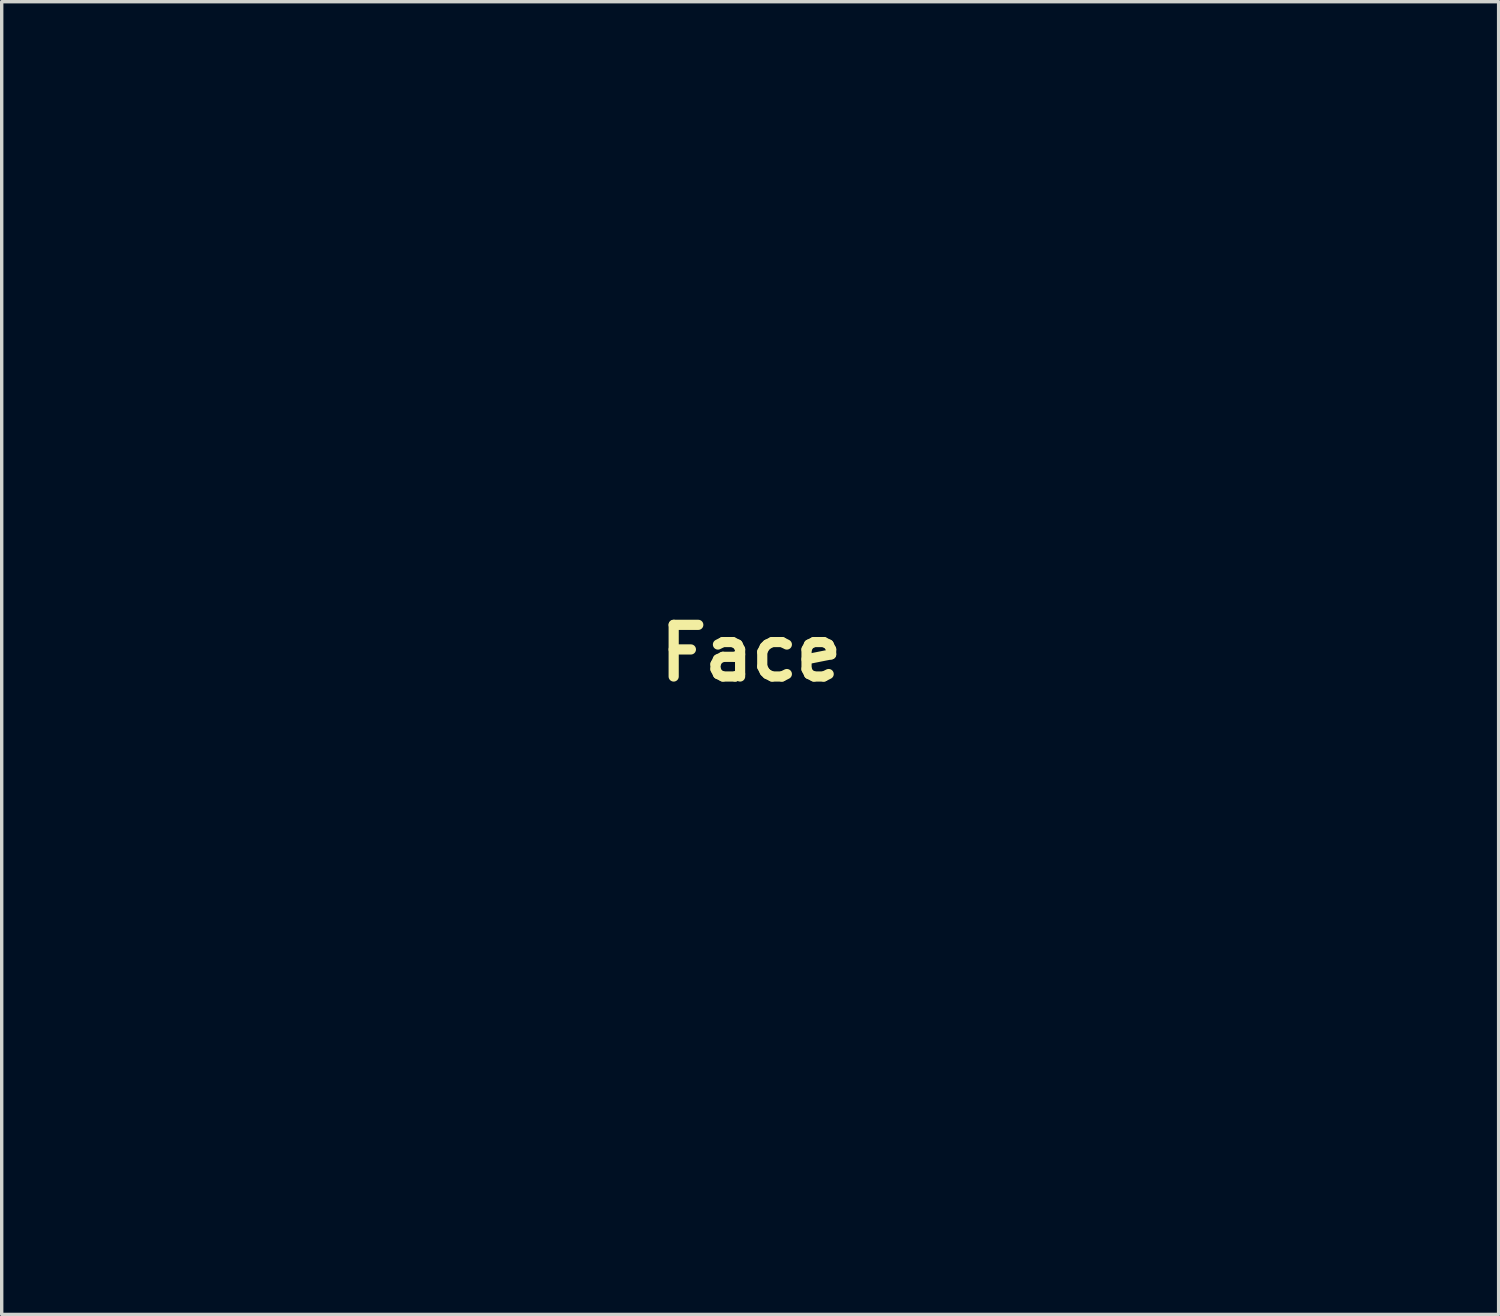
<source format=kicad_pcb>
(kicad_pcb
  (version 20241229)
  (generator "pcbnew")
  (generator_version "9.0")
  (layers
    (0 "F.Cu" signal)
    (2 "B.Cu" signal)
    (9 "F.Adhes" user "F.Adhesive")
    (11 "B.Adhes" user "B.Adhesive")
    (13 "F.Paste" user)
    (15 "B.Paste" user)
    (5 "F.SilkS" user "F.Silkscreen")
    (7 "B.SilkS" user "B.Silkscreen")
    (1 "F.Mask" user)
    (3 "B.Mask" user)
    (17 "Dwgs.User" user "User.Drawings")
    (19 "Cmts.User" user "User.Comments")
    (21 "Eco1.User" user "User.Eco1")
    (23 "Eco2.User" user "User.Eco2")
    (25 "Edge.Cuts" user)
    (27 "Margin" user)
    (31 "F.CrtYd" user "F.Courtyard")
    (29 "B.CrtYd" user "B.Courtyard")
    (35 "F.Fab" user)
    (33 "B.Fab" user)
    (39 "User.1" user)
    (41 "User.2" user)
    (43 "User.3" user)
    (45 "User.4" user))
  (footprint "Face"
    (layer "F.Cu")
    (at 19.108 16.216)
    (property "Reference" "Face" (at 0 0 0) (layer "F.SilkS") (effects (font (size 1.524 1.524) (thickness 0.3))))
    (attr board_only exclude_from_pos_files exclude_from_bom)
    (fp_poly (pts (xy 0.81 6.296) (xy 1.62 6.296) (xy 2.398 6.297) (xy 3.127 6.298) (xy 3.758 6.3) (xy 7.556 6.31) (xy 0.786 8.495) (xy -0.081 8.49) (xy -0.947 8.485) (xy -4.285 7.398) (xy -7.623 6.31) (xy -3.832 6.3) (xy -3.165 6.298) (xy -2.434 6.297) (xy -1.655 6.296) (xy -0.844 6.296) (xy -0.017 6.296)) (stroke (width 0) (type solid)) (fill yes) (layer "F.Mask"))
    (fp_poly (pts (xy 1.475 12.83) (xy 2.56 13.641) (xy 2.137 13.667) (xy 1.992 13.673) (xy 1.789 13.678) (xy 1.536 13.683) (xy 1.242 13.687) (xy 0.913 13.691) (xy 0.561 13.693) (xy 0.191 13.695) (xy -0.186 13.696) (xy -0.563 13.696) (xy -0.931 13.696) (xy -1.282 13.694) (xy -1.607 13.692) (xy -1.897 13.689) (xy -2.146 13.686) (xy -2.343 13.682) (xy -2.481 13.676) (xy -2.551 13.671) (xy -2.558 13.667) (xy -2.513 13.631) (xy -2.414 13.555) (xy -2.271 13.445) (xy -2.092 13.309) (xy -1.89 13.155) (xy -1.672 12.99) (xy -1.449 12.822) (xy -1.232 12.658) (xy -1.029 12.505) (xy -0.851 12.372) (xy -0.762 12.306) (xy -0.376 12.019) (xy 0.39 12.019)) (stroke (width 0) (type solid)) (fill yes) (layer "F.Mask"))
    (fp_poly (pts (xy -14.298 2.003) (xy -14.272 2.107) (xy -14.256 2.232) (xy -14.238 2.412) (xy -14.219 2.596) (xy -14.206 2.711) (xy -14.183 2.918) (xy -15.327 3.865) (xy -15.589 4.082) (xy -15.835 4.284) (xy -16.056 4.465) (xy -16.245 4.618) (xy -16.394 4.738) (xy -16.497 4.819) (xy -16.545 4.854) (xy -16.545 4.854) (xy -16.568 4.851) (xy -16.54 4.791) (xy -16.465 4.68) (xy -16.359 4.536) (xy -16.217 4.346) (xy -16.048 4.122) (xy -15.859 3.873) (xy -15.658 3.61) (xy -15.453 3.344) (xy -15.252 3.083) (xy -15.063 2.84) (xy -14.894 2.624) (xy -14.754 2.446) (xy -14.649 2.315) (xy -14.608 2.267) (xy -14.499 2.142) (xy -14.406 2.043) (xy -14.343 1.984) (xy -14.328 1.974)) (stroke (width 0) (type solid)) (fill yes) (layer "F.Mask"))
    (fp_poly (pts (xy 14.353 1.986) (xy 14.424 2.045) (xy 14.474 2.093) (xy 14.526 2.153) (xy 14.617 2.265) (xy 14.74 2.421) (xy 14.891 2.613) (xy 15.062 2.835) (xy 15.247 3.077) (xy 15.442 3.332) (xy 15.639 3.591) (xy 15.834 3.848) (xy 16.019 4.095) (xy 16.189 4.322) (xy 16.338 4.523) (xy 16.46 4.689) (xy 16.549 4.813) (xy 16.598 4.887) (xy 16.607 4.905) (xy 16.569 4.893) (xy 16.497 4.842) (xy 16.488 4.834) (xy 16.433 4.789) (xy 16.325 4.698) (xy 16.171 4.569) (xy 15.978 4.408) (xy 15.755 4.221) (xy 15.51 4.015) (xy 15.284 3.826) (xy 14.183 2.905) (xy 14.21 2.489) (xy 14.227 2.258) (xy 14.245 2.099) (xy 14.269 2.006) (xy 14.303 1.97)) (stroke (width 0) (type solid)) (fill yes) (layer "F.Mask"))
    (fp_poly (pts (xy 4.449 15.193) (xy 4.79 15.48) (xy 5.073 15.72) (xy 5.304 15.917) (xy 5.488 16.076) (xy 5.628 16.2) (xy 5.73 16.294) (xy 5.799 16.363) (xy 5.838 16.41) (xy 5.853 16.441) (xy 5.849 16.459) (xy 5.829 16.469) (xy 5.82 16.471) (xy 5.767 16.474) (xy 5.638 16.477) (xy 5.437 16.48) (xy 5.17 16.483) (xy 4.84 16.486) (xy 4.453 16.488) (xy 4.012 16.491) (xy 3.524 16.493) (xy 2.991 16.495) (xy 2.419 16.497) (xy 1.813 16.498) (xy 1.176 16.5) (xy 0.514 16.501) (xy -0.14 16.501) (xy -5.985 16.506) (xy -5.885 16.412) (xy -5.834 16.367) (xy -5.728 16.276) (xy -5.574 16.145) (xy -5.378 15.98) (xy -5.148 15.786) (xy -4.889 15.57) (xy -4.609 15.335) (xy -4.395 15.156) (xy -3.004 13.994) (xy -0.02 13.967) (xy 2.963 13.94)) (stroke (width 0) (type solid)) (fill yes) (layer "F.Mask"))
    (fp_poly (pts (xy 0.766 9.147) (xy 0.76 9.368) (xy 0.743 9.603) (xy 0.719 9.813) (xy 0.709 9.876) (xy 0.685 10.003) (xy 0.65 10.178) (xy 0.607 10.387) (xy 0.558 10.618) (xy 0.508 10.856) (xy 0.458 11.089) (xy 0.411 11.303) (xy 0.37 11.486) (xy 0.338 11.625) (xy 0.318 11.705) (xy 0.312 11.721) (xy 0.255 11.737) (xy 0.148 11.749) (xy 0.019 11.754) (xy -0.102 11.751) (xy -0.161 11.744) (xy -0.302 11.718) (xy -0.492 10.857) (xy -0.551 10.585) (xy -0.606 10.321) (xy -0.653 10.081) (xy -0.689 9.882) (xy -0.711 9.74) (xy -0.714 9.716) (xy -0.727 9.542) (xy -0.729 9.352) (xy -0.723 9.165) (xy -0.709 9.001) (xy -0.688 8.879) (xy -0.663 8.818) (xy -0.612 8.806) (xy -0.494 8.793) (xy -0.324 8.78) (xy -0.115 8.769) (xy 0.071 8.762) (xy 0.766 8.74)) (stroke (width 0) (type solid)) (fill yes) (layer "F.Mask"))
    (fp_poly (pts (xy -8.743 6.29) (xy -8.771 6.38) (xy -8.791 6.438) (xy -8.836 6.562) (xy -8.901 6.742) (xy -8.984 6.969) (xy -9.08 7.233) (xy -9.188 7.525) (xy -9.266 7.736) (xy -9.732 9.002) (xy -10.578 9.028) (xy -10.743 9.032) (xy -10.981 9.036) (xy -11.286 9.039) (xy -11.649 9.042) (xy -12.064 9.045) (xy -12.524 9.048) (xy -13.02 9.05) (xy -13.546 9.052) (xy -14.094 9.053) (xy -14.658 9.054) (xy -15.23 9.054) (xy -15.265 9.054) (xy -19.108 9.054) (xy -19.034 8.884) (xy -18.974 8.751) (xy -18.887 8.56) (xy -18.779 8.327) (xy -18.658 8.066) (xy -18.529 7.791) (xy -18.4 7.517) (xy -18.277 7.259) (xy -18.169 7.031) (xy -18.081 6.849) (xy -18.025 6.737) (xy -17.864 6.418) (xy -17.489 6.394) (xy -17.359 6.388) (xy -17.156 6.382) (xy -16.888 6.375) (xy -16.562 6.367) (xy -16.187 6.36) (xy -15.769 6.352) (xy -15.317 6.344) (xy -14.838 6.336) (xy -14.34 6.329) (xy -13.83 6.322) (xy -13.317 6.315) (xy -12.808 6.309) (xy -12.31 6.303) (xy -11.832 6.299) (xy -11.381 6.295) (xy -10.964 6.292) (xy -10.59 6.29) (xy -10.268 6.29)) (stroke (width 0) (type solid)) (fill yes) (layer "F.Mask"))
    (fp_poly (pts (xy 8.55 6.563) (xy 8.641 6.801) (xy 8.739 7.067) (xy 8.843 7.35) (xy 8.949 7.641) (xy 9.052 7.93) (xy 9.151 8.207) (xy 9.24 8.462) (xy 9.317 8.686) (xy 9.379 8.869) (xy 9.421 9.001) (xy 9.441 9.073) (xy 9.442 9.083) (xy 9.42 9.085) (xy 9.364 9.089) (xy 9.268 9.094) (xy 9.131 9.102) (xy 8.948 9.111) (xy 8.715 9.122) (xy 8.429 9.136) (xy 8.086 9.153) (xy 7.683 9.172) (xy 7.215 9.194) (xy 6.679 9.22) (xy 6.072 9.248) (xy 5.39 9.28) (xy 5.06 9.296) (xy 4.774 9.309) (xy 4.43 9.325) (xy 4.049 9.343) (xy 3.653 9.362) (xy 3.264 9.381) (xy 2.944 9.396) (xy 2.618 9.411) (xy 2.301 9.425) (xy 2.008 9.436) (xy 1.751 9.446) (xy 1.544 9.452) (xy 1.402 9.455) (xy 1.38 9.455) (xy 1.045 9.455) (xy 1.057 9.067) (xy 1.068 8.679) (xy 2.359 8.265) (xy 2.726 8.147) (xy 3.127 8.019) (xy 3.553 7.883) (xy 3.997 7.741) (xy 4.454 7.596) (xy 4.914 7.449) (xy 5.373 7.303) (xy 5.821 7.161) (xy 6.254 7.024) (xy 6.662 6.895) (xy 7.04 6.775) (xy 7.38 6.668) (xy 7.675 6.575) (xy 7.918 6.499) (xy 8.102 6.441) (xy 8.22 6.405) (xy 8.253 6.395) (xy 8.463 6.335)) (stroke (width 0) (type solid)) (fill yes) (layer "F.Mask"))
    (fp_poly (pts (xy 0.312 -8.303) (xy 0.675 -8.005) (xy 1.078 -7.673) (xy 1.517 -7.31) (xy 1.99 -6.918) (xy 2.494 -6.5) (xy 3.026 -6.058) (xy 3.584 -5.596) (xy 4.163 -5.114) (xy 4.761 -4.616) (xy 5.376 -4.104) (xy 6.005 -3.58) (xy 6.643 -3.048) (xy 7.29 -2.508) (xy 7.941 -1.965) (xy 8.593 -1.42) (xy 9.244 -0.876) (xy 9.891 -0.335) (xy 10.531 0.2) (xy 11.161 0.727) (xy 11.778 1.244) (xy 12.379 1.747) (xy 12.961 2.235) (xy 13.522 2.705) (xy 14.058 3.155) (xy 14.566 3.582) (xy 15.043 3.984) (xy 15.487 4.358) (xy 15.895 4.701) (xy 16.263 5.012) (xy 16.59 5.289) (xy 16.87 5.527) (xy 17.103 5.726) (xy 17.285 5.882) (xy 17.413 5.993) (xy 17.484 6.057) (xy 17.498 6.072) (xy 17.458 6.077) (xy 17.339 6.08) (xy 17.142 6.082) (xy 16.87 6.083) (xy 16.523 6.083) (xy 16.103 6.081) (xy 15.612 6.079) (xy 15.052 6.075) (xy 14.424 6.07) (xy 13.729 6.064) (xy 12.969 6.057) (xy 12.146 6.048) (xy 12.035 6.047) (xy 11.639 6.044) (xy 11.173 6.04) (xy 10.644 6.036) (xy 10.063 6.033) (xy 9.438 6.03) (xy 8.78 6.027) (xy 8.097 6.024) (xy 7.399 6.021) (xy 6.696 6.019) (xy 5.996 6.017) (xy 5.308 6.016) (xy 4.808 6.015) (xy 0.121 6.009) (xy 0.121 -8.461)) (stroke (width 0) (type solid)) (fill yes) (layer "F.Mask"))
    (fp_poly (pts (xy 6.231 -8.803) (xy 6.477 -8.478) (xy 6.708 -8.173) (xy 6.921 -7.892) (xy 7.111 -7.642) (xy 7.272 -7.429) (xy 7.401 -7.259) (xy 7.493 -7.138) (xy 7.542 -7.072) (xy 7.549 -7.063) (xy 7.539 -7.032) (xy 7.481 -6.97) (xy 7.371 -6.875) (xy 7.207 -6.743) (xy 6.984 -6.572) (xy 6.701 -6.359) (xy 6.565 -6.259) (xy 6.195 -5.985) (xy 5.857 -5.739) (xy 5.558 -5.522) (xy 5.303 -5.34) (xy 5.096 -5.195) (xy 4.943 -5.091) (xy 4.852 -5.034) (xy 4.805 -5.048) (xy 4.707 -5.106) (xy 4.569 -5.2) (xy 4.402 -5.322) (xy 4.31 -5.393) (xy 4.083 -5.572) (xy 3.826 -5.777) (xy 3.546 -6.003) (xy 3.249 -6.244) (xy 2.941 -6.496) (xy 2.629 -6.753) (xy 2.319 -7.01) (xy 2.017 -7.261) (xy 1.729 -7.501) (xy 1.463 -7.725) (xy 1.224 -7.928) (xy 1.019 -8.105) (xy 0.853 -8.249) (xy 0.734 -8.356) (xy 0.668 -8.421) (xy 0.657 -8.437) (xy 0.687 -8.467) (xy 0.779 -8.525) (xy 0.921 -8.604) (xy 1.104 -8.698) (xy 1.299 -8.793) (xy 1.489 -8.883) (xy 1.725 -8.995) (xy 1.998 -9.123) (xy 2.299 -9.265) (xy 2.618 -9.414) (xy 2.947 -9.568) (xy 3.276 -9.722) (xy 3.597 -9.872) (xy 3.899 -10.013) (xy 4.174 -10.141) (xy 4.414 -10.252) (xy 4.608 -10.342) (xy 4.747 -10.406) (xy 4.823 -10.44) (xy 4.824 -10.44) (xy 4.951 -10.494)) (stroke (width 0) (type solid)) (fill yes) (layer "F.Mask"))
    (fp_poly (pts (xy -8.333 6.382) (xy -8.217 6.416) (xy -8.044 6.468) (xy -7.825 6.536) (xy -7.569 6.617) (xy -7.286 6.707) (xy -7.201 6.734) (xy -6.577 6.934) (xy -5.894 7.154) (xy -5.172 7.386) (xy -4.427 7.625) (xy -3.679 7.866) (xy -2.946 8.102) (xy -2.245 8.328) (xy -2.162 8.355) (xy -0.957 8.743) (xy -0.983 8.985) (xy -0.997 9.137) (xy -1.006 9.273) (xy -1.008 9.341) (xy -1.008 9.455) (xy -1.441 9.447) (xy -1.662 9.442) (xy -1.893 9.436) (xy -2.096 9.43) (xy -2.177 9.427) (xy -2.323 9.42) (xy -2.537 9.411) (xy -2.811 9.399) (xy -3.137 9.384) (xy -3.508 9.367) (xy -3.915 9.349) (xy -4.35 9.329) (xy -4.807 9.308) (xy -5.276 9.287) (xy -5.75 9.265) (xy -6.221 9.243) (xy -6.682 9.222) (xy -7.123 9.201) (xy -7.538 9.182) (xy -7.919 9.164) (xy -8.258 9.148) (xy -8.546 9.135) (xy -8.777 9.124) (xy -8.941 9.116) (xy -9.024 9.111) (xy -9.222 9.099) (xy -9.351 9.087) (xy -9.425 9.072) (xy -9.456 9.052) (xy -9.455 9.024) (xy -9.454 9.02) (xy -9.434 8.967) (xy -9.389 8.849) (xy -9.323 8.675) (xy -9.24 8.457) (xy -9.144 8.204) (xy -9.039 7.926) (xy -9.01 7.85) (xy -8.868 7.476) (xy -8.751 7.17) (xy -8.656 6.926) (xy -8.581 6.736) (xy -8.523 6.594) (xy -8.478 6.494) (xy -8.444 6.428) (xy -8.417 6.39) (xy -8.396 6.373) (xy -8.382 6.37)) (stroke (width 0) (type solid)) (fill yes) (layer "F.Mask"))
    (fp_poly (pts (xy 10.216 6.292) (xy 10.635 6.294) (xy 11.118 6.297) (xy 11.667 6.302) (xy 12.285 6.308) (xy 12.976 6.316) (xy 13.741 6.325) (xy 14.413 6.333) (xy 14.932 6.34) (xy 15.428 6.347) (xy 15.895 6.355) (xy 16.326 6.363) (xy 16.717 6.37) (xy 17.061 6.378) (xy 17.352 6.385) (xy 17.584 6.392) (xy 17.752 6.398) (xy 17.85 6.404) (xy 17.873 6.407) (xy 17.9 6.454) (xy 17.955 6.562) (xy 18.032 6.722) (xy 18.127 6.923) (xy 18.235 7.156) (xy 18.351 7.41) (xy 18.472 7.675) (xy 18.592 7.942) (xy 18.707 8.199) (xy 18.812 8.438) (xy 18.904 8.648) (xy 18.976 8.819) (xy 19.026 8.941) (xy 19.048 9.003) (xy 19.048 9.01) (xy 19.003 9.015) (xy 18.881 9.02) (xy 18.685 9.026) (xy 18.419 9.032) (xy 18.085 9.038) (xy 17.688 9.045) (xy 17.23 9.051) (xy 16.715 9.058) (xy 16.146 9.065) (xy 15.527 9.072) (xy 14.861 9.078) (xy 14.152 9.085) (xy 13.402 9.092) (xy 12.615 9.098) (xy 11.92 9.103) (xy 9.789 9.119) (xy 9.749 9.016) (xy 9.684 8.848) (xy 9.604 8.636) (xy 9.513 8.389) (xy 9.415 8.119) (xy 9.312 7.835) (xy 9.209 7.549) (xy 9.109 7.27) (xy 9.017 7.008) (xy 8.935 6.775) (xy 8.869 6.58) (xy 8.82 6.434) (xy 8.793 6.348) (xy 8.789 6.329) (xy 8.808 6.319) (xy 8.867 6.311) (xy 8.968 6.304) (xy 9.114 6.299) (xy 9.31 6.295) (xy 9.556 6.293) (xy 9.858 6.291)) (stroke (width 0) (type solid)) (fill yes) (layer "F.Mask"))
    (fp_poly (pts (xy 15.067 9.34) (xy 15.621 9.341) (xy 16.06 9.342) (xy 18.796 9.355) (xy 18.076 9.77) (xy 17.768 9.948) (xy 17.415 10.152) (xy 17.021 10.379) (xy 16.591 10.626) (xy 16.128 10.893) (xy 15.637 11.175) (xy 15.122 11.471) (xy 14.587 11.778) (xy 14.037 12.094) (xy 13.477 12.416) (xy 12.909 12.741) (xy 12.34 13.068) (xy 11.772 13.394) (xy 11.21 13.716) (xy 10.659 14.032) (xy 10.123 14.339) (xy 9.606 14.636) (xy 9.112 14.918) (xy 8.646 15.185) (xy 8.211 15.434) (xy 7.813 15.661) (xy 7.456 15.866) (xy 7.143 16.044) (xy 6.879 16.195) (xy 6.669 16.314) (xy 6.516 16.401) (xy 6.426 16.451) (xy 6.401 16.465) (xy 6.368 16.44) (xy 6.284 16.371) (xy 6.157 16.266) (xy 5.996 16.133) (xy 5.813 15.98) (xy 5.786 15.957) (xy 5.464 15.687) (xy 5.145 15.417) (xy 4.833 15.152) (xy 4.537 14.899) (xy 4.262 14.663) (xy 4.015 14.45) (xy 3.804 14.266) (xy 3.634 14.116) (xy 3.513 14.006) (xy 3.447 13.943) (xy 3.326 13.815) (xy 3.427 13.734) (xy 3.494 13.683) (xy 3.626 13.589) (xy 3.817 13.453) (xy 4.067 13.277) (xy 4.371 13.064) (xy 4.727 12.815) (xy 5.132 12.533) (xy 5.584 12.219) (xy 6.078 11.875) (xy 6.613 11.504) (xy 7.186 11.107) (xy 7.65 10.786) (xy 9.677 9.384) (xy 11.501 9.357) (xy 11.879 9.352) (xy 12.325 9.348) (xy 12.823 9.345) (xy 13.361 9.342) (xy 13.923 9.34) (xy 14.496 9.34)) (stroke (width 0) (type solid)) (fill yes) (layer "F.Mask"))
    (fp_poly (pts (xy -4.926 -10.456) (xy -4.884 -10.445) (xy -4.821 -10.423) (xy -4.732 -10.388) (xy -4.613 -10.337) (xy -4.459 -10.269) (xy -4.265 -10.182) (xy -4.026 -10.073) (xy -3.737 -9.939) (xy -3.393 -9.78) (xy -2.99 -9.593) (xy -2.523 -9.376) (xy -2.117 -9.186) (xy -1.816 -9.046) (xy -1.533 -8.913) (xy -1.278 -8.792) (xy -1.061 -8.688) (xy -0.891 -8.605) (xy -0.777 -8.548) (xy -0.736 -8.526) (xy -0.606 -8.448) (xy -0.938 -8.16) (xy -1.171 -7.959) (xy -1.433 -7.736) (xy -1.717 -7.494) (xy -2.018 -7.239) (xy -2.33 -6.976) (xy -2.646 -6.71) (xy -2.961 -6.446) (xy -3.267 -6.189) (xy -3.561 -5.945) (xy -3.834 -5.718) (xy -4.081 -5.514) (xy -4.296 -5.338) (xy -4.474 -5.194) (xy -4.606 -5.088) (xy -4.689 -5.024) (xy -4.715 -5.008) (xy -4.756 -5.029) (xy -4.852 -5.089) (xy -4.994 -5.181) (xy -5.171 -5.297) (xy -5.372 -5.432) (xy -5.403 -5.452) (xy -5.613 -5.596) (xy -5.855 -5.764) (xy -6.117 -5.947) (xy -6.386 -6.138) (xy -6.651 -6.327) (xy -6.9 -6.506) (xy -7.121 -6.668) (xy -7.303 -6.803) (xy -7.433 -6.902) (xy -7.457 -6.921) (xy -7.556 -7.001) (xy -7.448 -7.164) (xy -7.409 -7.219) (xy -7.328 -7.329) (xy -7.209 -7.488) (xy -7.06 -7.688) (xy -6.886 -7.92) (xy -6.693 -8.178) (xy -6.486 -8.453) (xy -6.271 -8.738) (xy -6.055 -9.025) (xy -5.844 -9.306) (xy -5.642 -9.574) (xy -5.456 -9.82) (xy -5.291 -10.037) (xy -5.154 -10.217) (xy -5.051 -10.352) (xy -4.987 -10.435) (xy -4.979 -10.444) (xy -4.969 -10.454) (xy -4.953 -10.458)) (stroke (width 0) (type solid)) (fill yes) (layer "F.Mask"))
    (fp_poly (pts (xy -8.903 9.388) (xy -8.728 9.393) (xy -8.501 9.401) (xy -8.232 9.412) (xy -7.931 9.424) (xy -7.737 9.433) (xy -7.429 9.448) (xy -7.056 9.465) (xy -6.63 9.484) (xy -6.168 9.506) (xy -5.682 9.528) (xy -5.188 9.551) (xy -4.699 9.573) (xy -4.233 9.594) (xy -3.652 9.621) (xy -3.147 9.644) (xy -2.711 9.665) (xy -2.341 9.683) (xy -2.03 9.698) (xy -1.773 9.711) (xy -1.566 9.722) (xy -1.402 9.732) (xy -1.277 9.741) (xy -1.186 9.749) (xy -1.123 9.756) (xy -1.082 9.762) (xy -1.06 9.769) (xy -1.055 9.771) (xy -1.036 9.816) (xy -1.002 9.927) (xy -0.957 10.095) (xy -0.904 10.307) (xy -0.846 10.553) (xy -0.808 10.717) (xy -0.749 10.981) (xy -0.695 11.22) (xy -0.648 11.424) (xy -0.612 11.581) (xy -0.588 11.678) (xy -0.582 11.702) (xy -0.59 11.734) (xy -0.628 11.785) (xy -0.703 11.86) (xy -0.818 11.961) (xy -0.978 12.094) (xy -1.186 12.261) (xy -1.448 12.466) (xy -1.767 12.712) (xy -2.007 12.896) (xy -2.321 13.134) (xy -2.576 13.323) (xy -2.773 13.464) (xy -2.915 13.559) (xy -3.006 13.61) (xy -3.041 13.62) (xy -3.091 13.598) (xy -3.191 13.541) (xy -3.321 13.458) (xy -3.387 13.414) (xy -3.787 13.142) (xy -4.203 12.856) (xy -4.631 12.561) (xy -5.065 12.26) (xy -5.501 11.957) (xy -5.934 11.655) (xy -6.358 11.357) (xy -6.768 11.067) (xy -7.161 10.789) (xy -7.53 10.526) (xy -7.871 10.282) (xy -8.179 10.06) (xy -8.449 9.863) (xy -8.676 9.696) (xy -8.854 9.562) (xy -8.98 9.463) (xy -9.048 9.404) (xy -9.059 9.389) (xy -9.016 9.387)) (stroke (width 0) (type solid)) (fill yes) (layer "F.Mask"))
    (fp_poly (pts (xy 9.046 9.394) (xy 9.093 9.407) (xy 9.093 9.413) (xy 9.051 9.45) (xy 8.948 9.529) (xy 8.791 9.644) (xy 8.584 9.793) (xy 8.335 9.97) (xy 8.048 10.172) (xy 7.729 10.395) (xy 7.385 10.634) (xy 7.02 10.887) (xy 6.641 11.149) (xy 6.254 11.417) (xy 5.863 11.685) (xy 5.476 11.95) (xy 5.097 12.209) (xy 4.732 12.457) (xy 4.388 12.69) (xy 4.07 12.905) (xy 3.783 13.097) (xy 3.534 13.263) (xy 3.328 13.398) (xy 3.171 13.498) (xy 3.069 13.561) (xy 3.027 13.581) (xy 2.975 13.558) (xy 2.87 13.494) (xy 2.724 13.399) (xy 2.55 13.279) (xy 2.397 13.17) (xy 2.136 12.98) (xy 1.872 12.786) (xy 1.615 12.594) (xy 1.371 12.411) (xy 1.15 12.243) (xy 0.96 12.097) (xy 0.809 11.978) (xy 0.706 11.893) (xy 0.659 11.849) (xy 0.658 11.847) (xy 0.641 11.798) (xy 0.638 11.718) (xy 0.649 11.599) (xy 0.676 11.431) (xy 0.72 11.206) (xy 0.783 10.915) (xy 0.809 10.797) (xy 0.878 10.49) (xy 0.932 10.253) (xy 0.974 10.076) (xy 1.008 9.949) (xy 1.036 9.864) (xy 1.061 9.812) (xy 1.086 9.783) (xy 1.113 9.769) (xy 1.141 9.761) (xy 1.194 9.756) (xy 1.322 9.747) (xy 1.518 9.736) (xy 1.778 9.722) (xy 2.094 9.706) (xy 2.461 9.688) (xy 2.874 9.668) (xy 3.325 9.646) (xy 3.81 9.624) (xy 4.322 9.6) (xy 4.819 9.578) (xy 5.359 9.554) (xy 5.882 9.53) (xy 6.382 9.508) (xy 6.852 9.486) (xy 7.286 9.467) (xy 7.678 9.449) (xy 8.02 9.433) (xy 8.307 9.419) (xy 8.532 9.408) (xy 8.688 9.401) (xy 8.761 9.397) (xy 8.932 9.39)) (stroke (width 0) (type solid)) (fill yes) (layer "F.Mask"))
    (fp_poly (pts (xy -9.107 9.768) (xy -8.971 9.863) (xy -8.776 9.999) (xy -8.529 10.171) (xy -8.237 10.376) (xy -7.906 10.607) (xy -7.543 10.86) (xy -7.156 11.13) (xy -6.752 11.413) (xy -6.336 11.703) (xy -5.983 11.95) (xy -5.58 12.231) (xy -5.196 12.501) (xy -4.834 12.754) (xy -4.5 12.988) (xy -4.2 13.198) (xy -3.939 13.382) (xy -3.723 13.534) (xy -3.556 13.652) (xy -3.444 13.732) (xy -3.392 13.769) (xy -3.391 13.771) (xy -3.301 13.842) (xy -4.017 14.463) (xy -4.244 14.659) (xy -4.492 14.871) (xy -4.752 15.092) (xy -5.017 15.316) (xy -5.278 15.536) (xy -5.529 15.746) (xy -5.761 15.938) (xy -5.967 16.108) (xy -6.139 16.248) (xy -6.269 16.351) (xy -6.349 16.412) (xy -6.369 16.425) (xy -6.431 16.423) (xy -6.547 16.379) (xy -6.722 16.29) (xy -6.834 16.228) (xy -7.269 15.979) (xy -7.739 15.71) (xy -8.24 15.424) (xy -8.767 15.122) (xy -9.316 14.808) (xy -9.884 14.482) (xy -10.466 14.149) (xy -11.058 13.809) (xy -11.656 13.466) (xy -12.256 13.122) (xy -12.853 12.779) (xy -13.444 12.44) (xy -14.025 12.106) (xy -14.591 11.781) (xy -15.138 11.466) (xy -15.663 11.164) (xy -16.161 10.877) (xy -16.628 10.608) (xy -17.06 10.36) (xy -17.452 10.133) (xy -17.801 9.931) (xy -18.103 9.757) (xy -18.354 9.612) (xy -18.549 9.498) (xy -18.684 9.419) (xy -18.755 9.376) (xy -18.766 9.37) (xy -18.732 9.365) (xy -18.621 9.36) (xy -18.439 9.356) (xy -18.19 9.352) (xy -17.878 9.348) (xy -17.508 9.345) (xy -17.084 9.342) (xy -16.611 9.339) (xy -16.093 9.337) (xy -15.535 9.336) (xy -14.941 9.335) (xy -14.316 9.335) (xy -14.265 9.335) (xy -9.726 9.335)) (stroke (width 0) (type solid)) (fill yes) (layer "F.Mask"))
    (fp_poly (pts (xy -0.183 -8.334) (xy -0.181 -8.218) (xy -0.178 -8.031) (xy -0.176 -7.775) (xy -0.174 -7.455) (xy -0.172 -7.075) (xy -0.17 -6.639) (xy -0.168 -6.151) (xy -0.167 -5.615) (xy -0.165 -5.035) (xy -0.164 -4.415) (xy -0.163 -3.759) (xy -0.162 -3.071) (xy -0.162 -2.355) (xy -0.161 -1.615) (xy -0.161 -1.208) (xy -0.161 5.957) (xy -0.833 5.983) (xy -0.984 5.987) (xy -1.208 5.992) (xy -1.496 5.995) (xy -1.84 5.999) (xy -2.232 6.002) (xy -2.664 6.005) (xy -3.129 6.007) (xy -3.616 6.009) (xy -4.12 6.01) (xy -4.572 6.01) (xy -5.052 6.011) (xy -5.571 6.012) (xy -6.127 6.013) (xy -6.714 6.015) (xy -7.327 6.018) (xy -7.961 6.021) (xy -8.611 6.024) (xy -9.273 6.028) (xy -9.94 6.032) (xy -10.609 6.037) (xy -11.275 6.041) (xy -11.932 6.046) (xy -12.575 6.051) (xy -13.2 6.056) (xy -13.801 6.061) (xy -14.375 6.067) (xy -14.914 6.072) (xy -15.416 6.077) (xy -15.875 6.082) (xy -16.285 6.087) (xy -16.643 6.092) (xy -16.943 6.097) (xy -17.179 6.102) (xy -17.348 6.106) (xy -17.444 6.11) (xy -17.465 6.112) (xy -17.525 6.116) (xy -17.538 6.1) (xy -17.539 6.094) (xy -17.538 6.088) (xy -17.533 6.078) (xy -17.521 6.063) (xy -17.497 6.04) (xy -17.461 6.006) (xy -17.407 5.958) (xy -17.333 5.894) (xy -17.235 5.811) (xy -17.111 5.706) (xy -16.958 5.577) (xy -16.772 5.421) (xy -16.549 5.235) (xy -16.288 5.017) (xy -15.984 4.764) (xy -15.635 4.473) (xy -15.237 4.142) (xy -14.787 3.768) (xy -14.282 3.348) (xy -13.719 2.88) (xy -13.627 2.803) (xy -13.131 2.391) (xy -12.582 1.934) (xy -11.989 1.44) (xy -11.36 0.916) (xy -10.703 0.37) (xy -10.029 -0.192) (xy -9.344 -0.763) (xy -8.659 -1.334) (xy -7.981 -1.899) (xy -7.319 -2.451) (xy -6.682 -2.982) (xy -6.079 -3.485) (xy -5.886 -3.645) (xy -5.19 -4.226) (xy -4.553 -4.758) (xy -3.972 -5.242) (xy -3.445 -5.681) (xy -2.97 -6.078) (xy -2.543 -6.434) (xy -2.162 -6.751) (xy -1.824 -7.032) (xy -1.527 -7.279) (xy -1.269 -7.494) (xy -1.046 -7.679) (xy -0.855 -7.837) (xy -0.695 -7.969) (xy -0.563 -8.078) (xy -0.456 -8.166) (xy -0.371 -8.235) (xy -0.306 -8.287) (xy -0.258 -8.325) (xy -0.224 -8.35) (xy -0.203 -8.365) (xy -0.191 -8.372) (xy -0.186 -8.373)) (stroke (width 0) (type solid)) (fill yes) (layer "F.Mask"))
    (fp_poly (pts (xy 15.857 -16.182) (xy 15.911 -16.082) (xy 15.994 -15.921) (xy 16.104 -15.706) (xy 16.236 -15.441) (xy 16.389 -15.133) (xy 16.56 -14.787) (xy 16.745 -14.409) (xy 16.942 -14.005) (xy 17.086 -13.709) (xy 18.306 -11.192) (xy 18.123 -7.169) (xy 18.066 -5.902) (xy 18.011 -4.701) (xy 17.959 -3.569) (xy 17.91 -2.505) (xy 17.865 -1.511) (xy 17.822 -0.588) (xy 17.783 0.263) (xy 17.747 1.042) (xy 17.714 1.746) (xy 17.684 2.376) (xy 17.657 2.929) (xy 17.634 3.406) (xy 17.615 3.805) (xy 17.599 4.125) (xy 17.598 4.145) (xy 17.582 4.447) (xy 17.568 4.728) (xy 17.557 4.976) (xy 17.547 5.179) (xy 17.541 5.328) (xy 17.538 5.41) (xy 17.538 5.417) (xy 17.527 5.498) (xy 17.504 5.529) (xy 17.474 5.498) (xy 17.4 5.408) (xy 17.286 5.265) (xy 17.136 5.074) (xy 16.954 4.841) (xy 16.745 4.571) (xy 16.513 4.269) (xy 16.262 3.941) (xy 15.996 3.592) (xy 15.937 3.516) (xy 15.668 3.161) (xy 15.412 2.823) (xy 15.173 2.509) (xy 14.957 2.223) (xy 14.768 1.972) (xy 14.609 1.761) (xy 14.485 1.596) (xy 14.401 1.482) (xy 14.36 1.426) (xy 14.358 1.422) (xy 14.352 1.397) (xy 14.349 1.343) (xy 14.35 1.257) (xy 14.355 1.136) (xy 14.364 0.976) (xy 14.377 0.774) (xy 14.395 0.526) (xy 14.418 0.228) (xy 14.446 -0.122) (xy 14.48 -0.529) (xy 14.519 -0.996) (xy 14.565 -1.526) (xy 14.617 -2.123) (xy 14.675 -2.79) (xy 14.74 -3.531) (xy 14.79 -4.101) (xy 15.271 -9.544) (xy 14.605 -10.451) (xy 14.431 -10.688) (xy 14.272 -10.903) (xy 14.134 -11.09) (xy 14.024 -11.239) (xy 13.948 -11.341) (xy 13.912 -11.388) (xy 13.911 -11.389) (xy 13.903 -11.394) (xy 13.889 -11.393) (xy 13.866 -11.384) (xy 13.828 -11.364) (xy 13.773 -11.331) (xy 13.697 -11.283) (xy 13.597 -11.216) (xy 13.467 -11.128) (xy 13.305 -11.016) (xy 13.107 -10.878) (xy 12.869 -10.712) (xy 12.588 -10.514) (xy 12.259 -10.282) (xy 11.879 -10.014) (xy 11.444 -9.707) (xy 10.95 -9.358) (xy 10.462 -9.014) (xy 10.067 -8.735) (xy 9.689 -8.468) (xy 9.334 -8.217) (xy 9.007 -7.986) (xy 8.713 -7.78) (xy 8.459 -7.601) (xy 8.249 -7.453) (xy 8.089 -7.341) (xy 7.984 -7.268) (xy 7.941 -7.239) (xy 7.839 -7.173) (xy 7.417 -7.722) (xy 7.286 -7.893) (xy 7.117 -8.114) (xy 6.918 -8.373) (xy 6.701 -8.657) (xy 6.475 -8.953) (xy 6.25 -9.248) (xy 6.154 -9.374) (xy 5.955 -9.634) (xy 5.771 -9.876) (xy 5.607 -10.09) (xy 5.47 -10.269) (xy 5.365 -10.406) (xy 5.298 -10.493) (xy 5.276 -10.522) (xy 5.269 -10.541) (xy 5.282 -10.565) (xy 5.32 -10.595) (xy 5.392 -10.634) (xy 5.501 -10.684) (xy 5.656 -10.75) (xy 5.861 -10.832) (xy 6.124 -10.935) (xy 6.449 -11.06) (xy 6.832 -11.207) (xy 7.374 -11.414) (xy 7.974 -11.648) (xy 8.618 -11.9) (xy 9.291 -12.166) (xy 9.979 -12.44) (xy 10.665 -12.715) (xy 11.335 -12.985) (xy 11.974 -13.245) (xy 12.567 -13.489) (xy 12.779 -13.576) (xy 14.128 -14.136) (xy 14.966 -15.171) (xy 15.168 -15.419) (xy 15.354 -15.646) (xy 15.518 -15.845) (xy 15.654 -16.008) (xy 15.757 -16.129) (xy 15.819 -16.2) (xy 15.835 -16.216)) (stroke (width 0) (type solid)) (fill yes) (layer "F.Mask"))
    (fp_poly (pts (xy -15.82 -16.169) (xy -15.776 -16.13) (xy -15.71 -16.06) (xy -15.617 -15.955) (xy -15.494 -15.808) (xy -15.334 -15.614) (xy -15.133 -15.367) (xy -14.937 -15.127) (xy -14.716 -14.854) (xy -14.538 -14.637) (xy -14.396 -14.468) (xy -14.285 -14.341) (xy -14.196 -14.247) (xy -14.124 -14.181) (xy -14.062 -14.135) (xy -14.002 -14.101) (xy -13.942 -14.075) (xy -13.846 -14.035) (xy -13.689 -13.97) (xy -13.483 -13.884) (xy -13.241 -13.782) (xy -12.976 -13.671) (xy -12.76 -13.58) (xy -12.223 -13.355) (xy -11.627 -13.11) (xy -10.988 -12.85) (xy -10.319 -12.58) (xy -9.635 -12.306) (xy -8.949 -12.034) (xy -8.276 -11.769) (xy -7.629 -11.517) (xy -7.022 -11.283) (xy -6.47 -11.073) (xy -6.269 -10.998) (xy -6.011 -10.901) (xy -5.778 -10.811) (xy -5.58 -10.734) (xy -5.429 -10.673) (xy -5.335 -10.632) (xy -5.308 -10.618) (xy -5.319 -10.576) (xy -5.371 -10.481) (xy -5.458 -10.344) (xy -5.571 -10.175) (xy -5.688 -10.01) (xy -5.842 -9.797) (xy -6.019 -9.556) (xy -6.211 -9.295) (xy -6.415 -9.021) (xy -6.623 -8.741) (xy -6.83 -8.464) (xy -7.031 -8.197) (xy -7.219 -7.948) (xy -7.389 -7.724) (xy -7.536 -7.534) (xy -7.652 -7.384) (xy -7.733 -7.282) (xy -7.773 -7.237) (xy -7.775 -7.235) (xy -7.808 -7.24) (xy -7.878 -7.273) (xy -7.987 -7.336) (xy -8.138 -7.43) (xy -8.334 -7.557) (xy -8.575 -7.719) (xy -8.865 -7.917) (xy -9.206 -8.152) (xy -9.601 -8.427) (xy -10.05 -8.742) (xy -10.558 -9.1) (xy -11.125 -9.501) (xy -11.754 -9.948) (xy -11.931 -10.073) (xy -12.317 -10.347) (xy -12.671 -10.595) (xy -12.988 -10.815) (xy -13.262 -11.002) (xy -13.487 -11.152) (xy -13.659 -11.263) (xy -13.773 -11.331) (xy -13.783 -11.336) (xy -13.864 -11.361) (xy -13.909 -11.352) (xy -13.956 -11.294) (xy -14.042 -11.184) (xy -14.158 -11.032) (xy -14.295 -10.851) (xy -14.445 -10.652) (xy -14.598 -10.447) (xy -14.746 -10.248) (xy -14.881 -10.066) (xy -14.992 -9.913) (xy -15.073 -9.801) (xy -15.101 -9.76) (xy -15.255 -9.53) (xy -15.206 -8.902) (xy -15.196 -8.775) (xy -15.179 -8.574) (xy -15.157 -8.306) (xy -15.129 -7.978) (xy -15.097 -7.594) (xy -15.061 -7.162) (xy -15.021 -6.687) (xy -14.978 -6.176) (xy -14.932 -5.636) (xy -14.884 -5.072) (xy -14.835 -4.491) (xy -14.795 -4.026) (xy -14.745 -3.438) (xy -14.696 -2.863) (xy -14.649 -2.308) (xy -14.604 -1.779) (xy -14.562 -1.282) (xy -14.523 -0.824) (xy -14.488 -0.409) (xy -14.457 -0.045) (xy -14.431 0.262) (xy -14.41 0.507) (xy -14.395 0.683) (xy -14.388 0.771) (xy -14.342 1.321) (xy -14.473 1.535) (xy -14.537 1.633) (xy -14.64 1.78) (xy -14.773 1.966) (xy -14.926 2.175) (xy -15.089 2.394) (xy -15.129 2.447) (xy -15.255 2.615) (xy -15.41 2.82) (xy -15.589 3.056) (xy -15.786 3.314) (xy -15.994 3.588) (xy -16.209 3.87) (xy -16.423 4.152) (xy -16.633 4.426) (xy -16.831 4.686) (xy -17.012 4.922) (xy -17.17 5.129) (xy -17.3 5.297) (xy -17.395 5.421) (xy -17.45 5.491) (xy -17.46 5.503) (xy -17.481 5.487) (xy -17.502 5.41) (xy -17.514 5.323) (xy -17.523 5.221) (xy -17.534 5.045) (xy -17.549 4.794) (xy -17.567 4.469) (xy -17.589 4.068) (xy -17.613 3.592) (xy -17.641 3.04) (xy -17.672 2.411) (xy -17.707 1.706) (xy -17.744 0.923) (xy -17.785 0.063) (xy -17.83 -0.874) (xy -17.878 -1.89) (xy -17.929 -2.985) (xy -17.983 -4.159) (xy -18.041 -5.412) (xy -18.083 -6.323) (xy -18.307 -11.185) (xy -17.674 -12.493) (xy -17.485 -12.884) (xy -17.293 -13.281) (xy -17.1 -13.677) (xy -16.91 -14.067) (xy -16.725 -14.444) (xy -16.551 -14.801) (xy -16.389 -15.131) (xy -16.243 -15.427) (xy -16.116 -15.684) (xy -16.011 -15.894) (xy -15.932 -16.051) (xy -15.882 -16.148) (xy -15.865 -16.179) (xy -15.849 -16.183)) (stroke (width 0) (type solid)) (fill yes) (layer "F.Mask")))
  (gr_rect
    (start -3 -3)
    (end 41.156 35.722)
    (stroke (width 0.1) (type default))
    (fill no)
    (layer "Edge.Cuts")))
</source>
